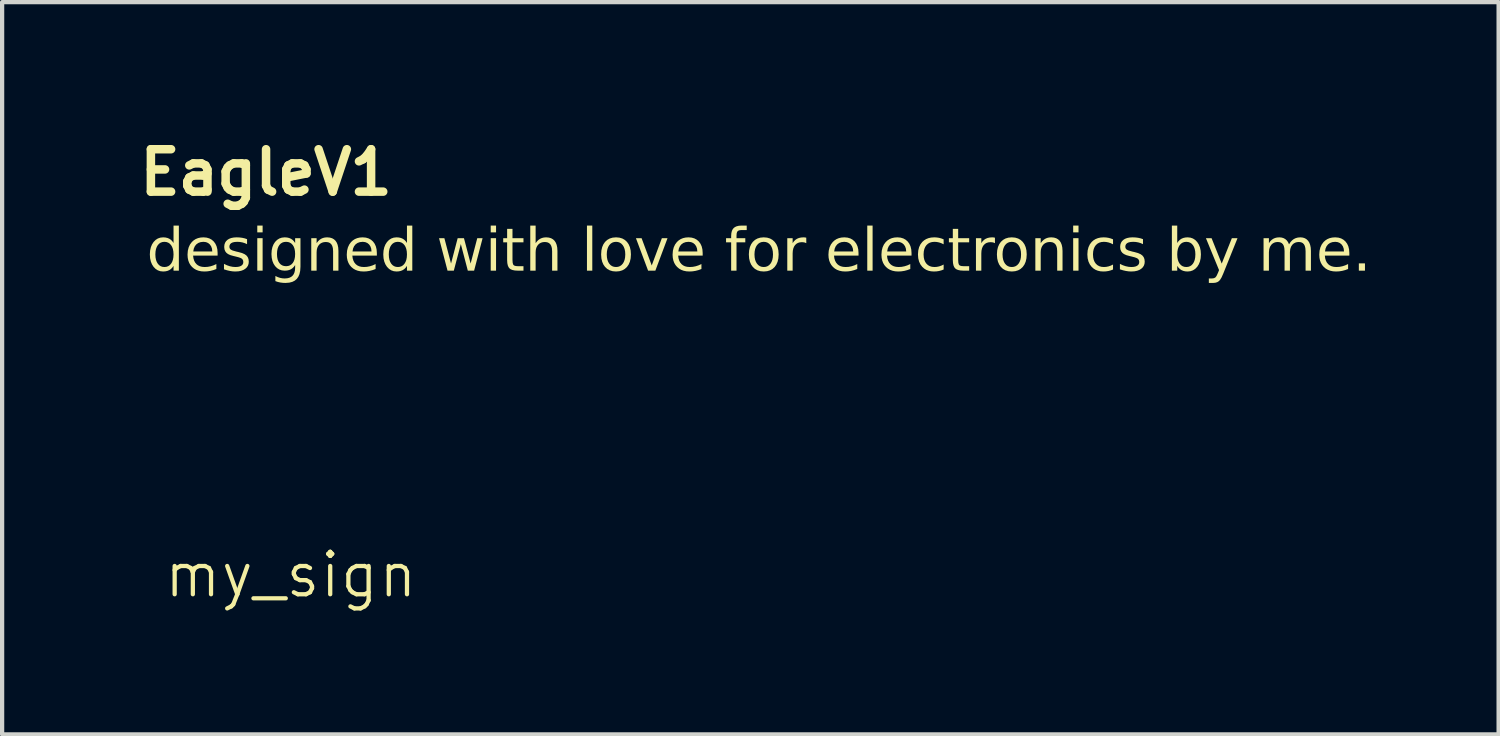
<source format=kicad_pcb>
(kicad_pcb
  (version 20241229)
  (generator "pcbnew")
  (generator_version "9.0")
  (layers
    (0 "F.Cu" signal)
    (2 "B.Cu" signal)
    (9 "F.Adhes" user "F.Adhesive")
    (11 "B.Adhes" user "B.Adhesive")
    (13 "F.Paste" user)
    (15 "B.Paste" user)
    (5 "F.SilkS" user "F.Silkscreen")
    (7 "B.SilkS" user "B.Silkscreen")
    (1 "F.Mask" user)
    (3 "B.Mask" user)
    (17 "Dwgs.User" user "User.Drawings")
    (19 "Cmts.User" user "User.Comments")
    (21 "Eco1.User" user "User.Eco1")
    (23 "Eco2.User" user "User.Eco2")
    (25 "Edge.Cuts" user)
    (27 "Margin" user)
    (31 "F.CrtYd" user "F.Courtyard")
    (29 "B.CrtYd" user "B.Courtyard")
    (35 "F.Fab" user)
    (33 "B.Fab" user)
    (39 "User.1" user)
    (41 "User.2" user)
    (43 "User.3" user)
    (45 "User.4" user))
  (footprint "my_sign"
    (layer "F.Cu")
    (at 3.805 5.4)
    (property "Reference" "my_sign" (at 0 5.1 0) (unlocked yes) (layer "F.SilkS") (effects (font (size 1 1) (thickness 0.1))))
    (fp_text user "EagleV1" (at 2.5 -3.8 0) (unlocked yes) (layer "F.SilkS") (effects (font (size 1 1) (thickness 0.2) (bold yes)) (justify right bottom)))
    (fp_text user "designed with love for electronics by me." (at -3.4 -1.9 0) (unlocked yes) (layer "F.SilkS") (effects (font (face "Segoe UI") (size 1 1) (thickness 0.1)) (justify left bottom))))
  (gr_rect
    (start -3 -3)
    (end 32.274 14.261)
    (stroke (width 0.1) (type default))
    (fill no)
    (layer "Edge.Cuts")))
</source>
